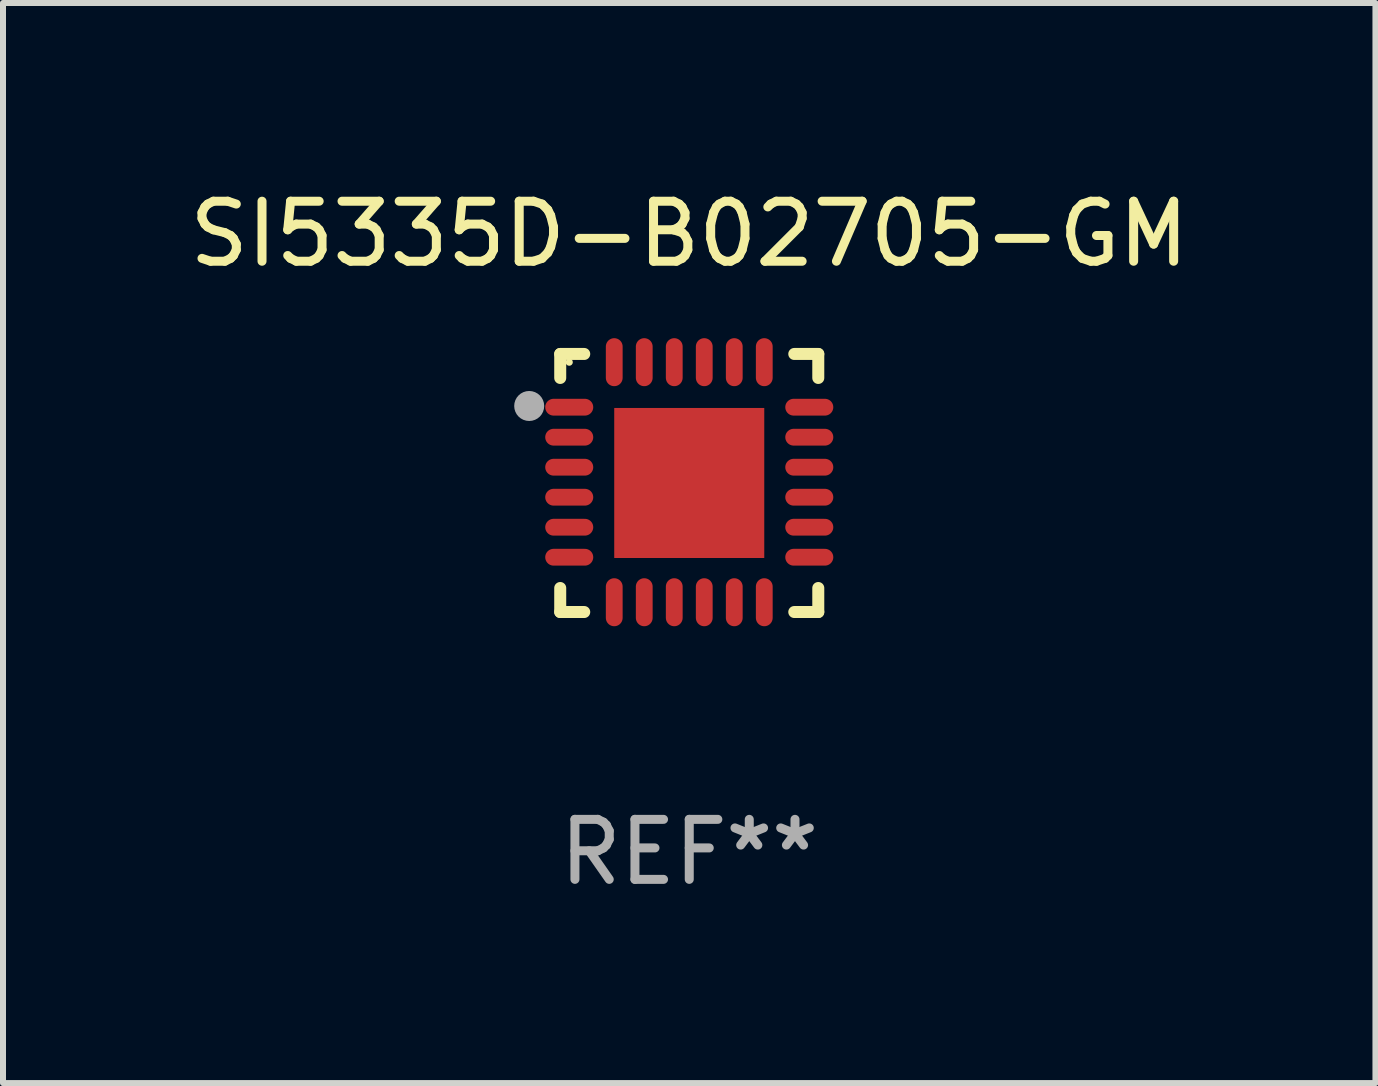
<source format=kicad_pcb>
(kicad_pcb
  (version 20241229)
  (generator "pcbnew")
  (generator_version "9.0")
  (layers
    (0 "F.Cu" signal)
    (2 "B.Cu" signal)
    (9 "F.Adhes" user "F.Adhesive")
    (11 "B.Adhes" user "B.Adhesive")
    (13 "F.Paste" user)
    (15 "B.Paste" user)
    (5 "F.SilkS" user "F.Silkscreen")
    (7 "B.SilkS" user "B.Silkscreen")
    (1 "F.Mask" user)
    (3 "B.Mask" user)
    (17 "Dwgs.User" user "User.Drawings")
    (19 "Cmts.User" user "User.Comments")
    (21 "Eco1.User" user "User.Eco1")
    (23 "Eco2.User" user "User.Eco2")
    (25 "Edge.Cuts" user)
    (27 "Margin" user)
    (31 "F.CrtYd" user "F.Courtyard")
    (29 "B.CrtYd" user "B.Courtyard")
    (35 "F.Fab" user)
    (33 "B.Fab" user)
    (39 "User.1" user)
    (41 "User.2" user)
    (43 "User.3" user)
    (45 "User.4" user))
  (footprint "SI5335D-B02705-GM"
    (layer "F.Cu")
    (at 8.435 4.998)
    (property "Reference" "SI5335D-B02705-GM" (at 0 -4.15 0) (layer "F.SilkS") (effects (font (size 1 1) (thickness 0.15))))
    (attr through_hole)
    (fp_line (start -2.15 -2.15) (end -1.75 -2.15) (stroke (width 0.2) (type solid)) (layer "F.SilkS"))
    (fp_line (start -2.15 -1.75) (end -2.15 -2.15) (stroke (width 0.2) (type solid)) (layer "F.SilkS"))
    (fp_line (start -2.15 2.15) (end -2.15 1.75) (stroke (width 0.2) (type solid)) (layer "F.SilkS"))
    (fp_line (start -1.75 2.15) (end -2.15 2.15) (stroke (width 0.2) (type solid)) (layer "F.SilkS"))
    (fp_line (start 1.75 -2.15) (end 2.15 -2.15) (stroke (width 0.2) (type solid)) (layer "F.SilkS"))
    (fp_line (start 1.75 2.15) (end 2.15 2.15) (stroke (width 0.2) (type solid)) (layer "F.SilkS"))
    (fp_line (start 2.15 -2.15) (end 2.15 -1.75) (stroke (width 0.2) (type solid)) (layer "F.SilkS"))
    (fp_line (start 2.15 2.15) (end 2.15 1.75) (stroke (width 0.2) (type solid)) (layer "F.SilkS"))
    (fp_circle (center -2 -2.013) (end -1.97 -2.013) (stroke (width 0.06) (type solid)) (fill no) (layer "F.SilkS"))
    (fp_circle (center -2.667 -1.283) (end -2.542 -1.283) (stroke (width 0.25) (type solid)) (fill no) (layer "F.Fab"))
    (fp_text user "REF**" (at 0 6.15 0) (layer "F.Fab") (effects (font (size 1 1) (thickness 0.15))))
    (pad "1" smd oval (at -2 -1.263) (size 0.8 0.28) (layers "F.Cu" "F.Mask" "F.Paste"))
    (pad "2" smd oval (at -2 -0.763) (size 0.8 0.28) (layers "F.Cu" "F.Mask" "F.Paste"))
    (pad "3" smd oval (at -2 -0.263) (size 0.8 0.28) (layers "F.Cu" "F.Mask" "F.Paste"))
    (pad "4" smd oval (at -2 0.237) (size 0.8 0.28) (layers "F.Cu" "F.Mask" "F.Paste"))
    (pad "5" smd oval (at -2 0.737) (size 0.8 0.28) (layers "F.Cu" "F.Mask" "F.Paste"))
    (pad "6" smd oval (at -2 1.237) (size 0.8 0.28) (layers "F.Cu" "F.Mask" "F.Paste"))
    (pad "7" smd oval (at -1.25 1.987) (size 0.28 0.8) (layers "F.Cu" "F.Mask" "F.Paste"))
    (pad "8" smd oval (at -0.75 1.987) (size 0.28 0.8) (layers "F.Cu" "F.Mask" "F.Paste"))
    (pad "9" smd oval (at -0.25 1.987) (size 0.28 0.8) (layers "F.Cu" "F.Mask" "F.Paste"))
    (pad "10" smd oval (at 0.25 1.987) (size 0.28 0.8) (layers "F.Cu" "F.Mask" "F.Paste"))
    (pad "11" smd oval (at 0.75 1.987) (size 0.28 0.8) (layers "F.Cu" "F.Mask" "F.Paste"))
    (pad "12" smd oval (at 1.25 1.987) (size 0.28 0.8) (layers "F.Cu" "F.Mask" "F.Paste"))
    (pad "13" smd oval (at 2 1.237) (size 0.8 0.28) (layers "F.Cu" "F.Mask" "F.Paste"))
    (pad "14" smd oval (at 2 0.737) (size 0.8 0.28) (layers "F.Cu" "F.Mask" "F.Paste"))
    (pad "15" smd oval (at 2 0.237) (size 0.8 0.28) (layers "F.Cu" "F.Mask" "F.Paste"))
    (pad "16" smd oval (at 2 -0.263) (size 0.8 0.28) (layers "F.Cu" "F.Mask" "F.Paste"))
    (pad "17" smd oval (at 2 -0.763) (size 0.8 0.28) (layers "F.Cu" "F.Mask" "F.Paste"))
    (pad "18" smd oval (at 2 -1.263) (size 0.8 0.28) (layers "F.Cu" "F.Mask" "F.Paste"))
    (pad "19" smd oval (at 1.25 -2.013) (size 0.28 0.8) (layers "F.Cu" "F.Mask" "F.Paste"))
    (pad "20" smd oval (at 0.75 -2.013) (size 0.28 0.8) (layers "F.Cu" "F.Mask" "F.Paste"))
    (pad "21" smd oval (at 0.25 -2.013) (size 0.28 0.8) (layers "F.Cu" "F.Mask" "F.Paste"))
    (pad "22" smd oval (at -0.25 -2.013) (size 0.28 0.8) (layers "F.Cu" "F.Mask" "F.Paste"))
    (pad "23" smd oval (at -0.75 -2.013) (size 0.28 0.8) (layers "F.Cu" "F.Mask" "F.Paste"))
    (pad "24" smd oval (at -1.25 -2.013) (size 0.28 0.8) (layers "F.Cu" "F.Mask" "F.Paste"))
    (pad "25" smd rect (at -0.000127 -0.00014) (size 2.5 2.5) (layers "F.Cu" "F.Mask" "F.Paste")))
  (gr_rect
    (start -3 -3)
    (end 19.869 14.997)
    (stroke (width 0.1) (type default))
    (fill no)
    (layer "Edge.Cuts")))
</source>
